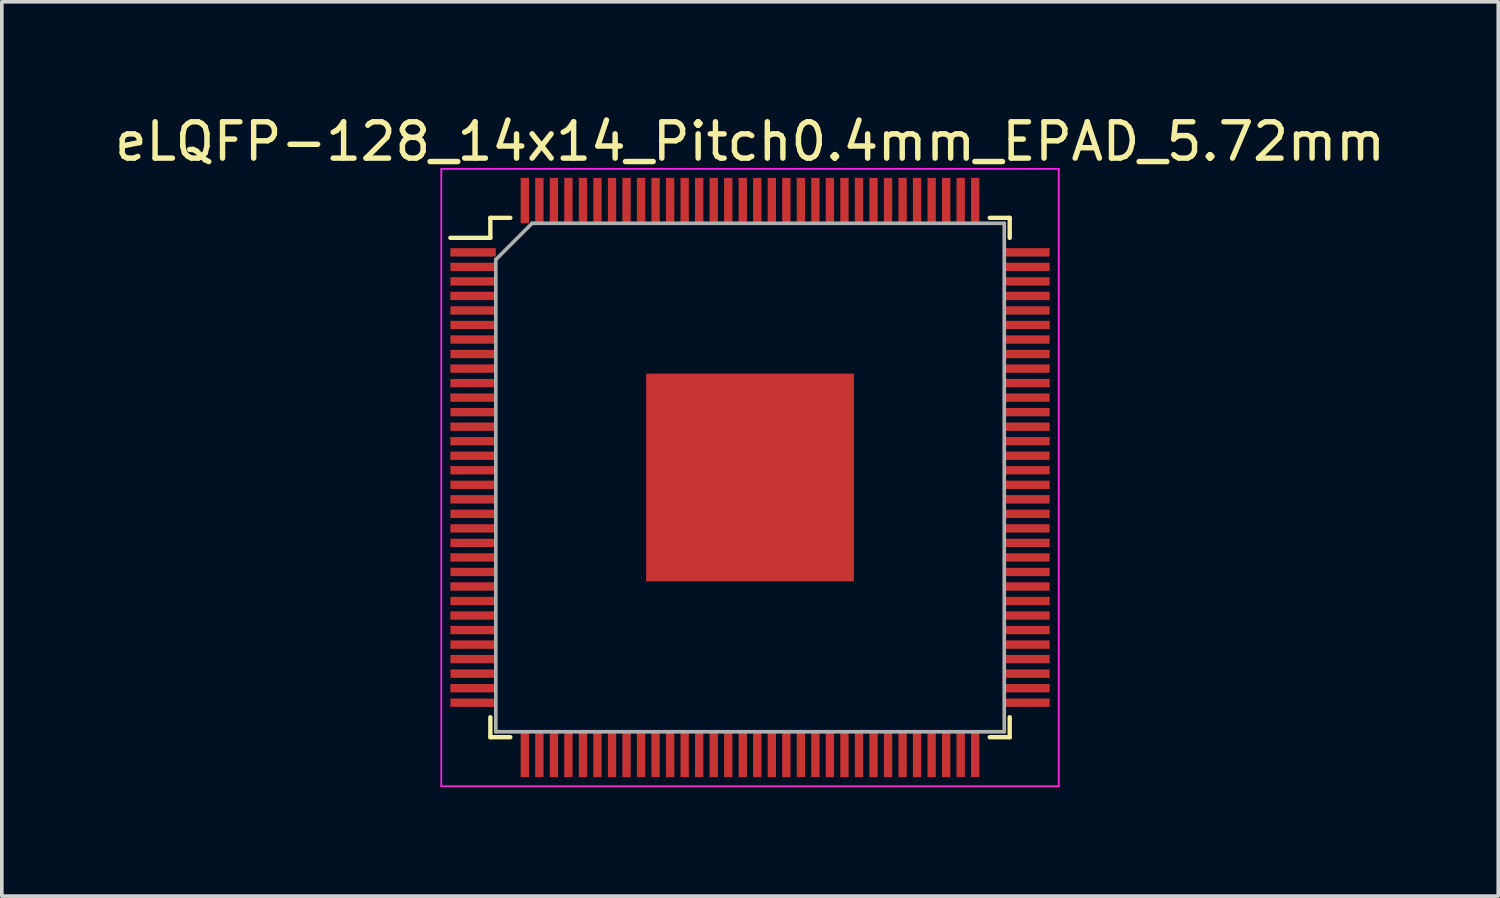
<source format=kicad_pcb>
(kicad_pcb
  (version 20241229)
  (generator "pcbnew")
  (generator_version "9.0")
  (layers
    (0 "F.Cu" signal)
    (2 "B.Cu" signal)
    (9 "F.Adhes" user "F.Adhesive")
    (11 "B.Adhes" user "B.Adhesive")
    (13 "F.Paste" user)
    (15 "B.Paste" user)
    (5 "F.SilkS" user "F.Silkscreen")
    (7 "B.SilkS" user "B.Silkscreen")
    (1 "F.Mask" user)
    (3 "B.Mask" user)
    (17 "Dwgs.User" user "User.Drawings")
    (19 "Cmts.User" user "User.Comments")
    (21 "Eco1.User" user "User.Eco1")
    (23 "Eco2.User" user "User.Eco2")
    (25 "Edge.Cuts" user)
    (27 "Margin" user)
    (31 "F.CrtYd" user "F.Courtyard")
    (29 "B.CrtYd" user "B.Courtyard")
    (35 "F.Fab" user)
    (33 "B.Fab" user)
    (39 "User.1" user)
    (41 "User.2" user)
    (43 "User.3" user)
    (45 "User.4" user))
  (footprint "eLQFP-128_14x14_Pitch0.4mm_EPAD_5.72mm"
    (layer "F.Cu")
    (at 17.601 10.098)
    (property "Reference" "eLQFP-128_14x14_Pitch0.4mm_EPAD_5.72mm" (at 0 -9.25 0) (layer "F.SilkS") (effects (font (size 1 1) (thickness 0.15))))
    (attr smd)
    (fp_line (start -7.15 -7.15) (end -7.15 -6.6) (stroke (width 0.12) (type solid)) (layer "F.SilkS"))
    (fp_line (start -7.15 -6.6) (end -8.25 -6.6) (stroke (width 0.12) (type solid)) (layer "F.SilkS"))
    (fp_line (start -7.15 7.15) (end -7.15 6.6) (stroke (width 0.12) (type solid)) (layer "F.SilkS"))
    (fp_line (start -6.6 -7.15) (end -7.15 -7.15) (stroke (width 0.12) (type solid)) (layer "F.SilkS"))
    (fp_line (start -6.6 7.15) (end -7.15 7.15) (stroke (width 0.12) (type solid)) (layer "F.SilkS"))
    (fp_line (start 6.6 -7.15) (end 7.15 -7.15) (stroke (width 0.12) (type solid)) (layer "F.SilkS"))
    (fp_line (start 6.6 7.15) (end 7.15 7.15) (stroke (width 0.12) (type solid)) (layer "F.SilkS"))
    (fp_line (start 7.15 -7.15) (end 7.15 -6.6) (stroke (width 0.12) (type solid)) (layer "F.SilkS"))
    (fp_line (start 7.15 7.15) (end 7.15 6.6) (stroke (width 0.12) (type solid)) (layer "F.SilkS"))
    (fp_line (start -8.5 -8.5) (end 8.5 -8.5) (stroke (width 0.05) (type solid)) (layer "F.CrtYd"))
    (fp_line (start -8.5 8.5) (end -8.5 -8.5) (stroke (width 0.05) (type solid)) (layer "F.CrtYd"))
    (fp_line (start 8.5 -8.5) (end 8.5 8.5) (stroke (width 0.05) (type solid)) (layer "F.CrtYd"))
    (fp_line (start 8.5 8.5) (end -8.5 8.5) (stroke (width 0.05) (type solid)) (layer "F.CrtYd"))
    (fp_line (start -7 -6) (end -7 7) (stroke (width 0.1) (type solid)) (layer "F.Fab"))
    (fp_line (start -7 7) (end 7 7) (stroke (width 0.1) (type solid)) (layer "F.Fab"))
    (fp_line (start -6 -7) (end -7 -6) (stroke (width 0.1) (type solid)) (layer "F.Fab"))
    (fp_line (start 7 -7) (end -6 -7) (stroke (width 0.1) (type solid)) (layer "F.Fab"))
    (fp_line (start 7 7) (end 7 -7) (stroke (width 0.1) (type solid)) (layer "F.Fab"))
    (pad "1" smd rect (at -7.625 -6.2 90) (size 0.23 1.25) (layers "F.Cu" "F.Mask" "F.Paste"))
    (pad "2" smd rect (at -7.625 -5.8 90) (size 0.23 1.25) (layers "F.Cu" "F.Mask" "F.Paste"))
    (pad "3" smd rect (at -7.625 -5.4 90) (size 0.23 1.25) (layers "F.Cu" "F.Mask" "F.Paste"))
    (pad "4" smd rect (at -7.625 -5 90) (size 0.23 1.25) (layers "F.Cu" "F.Mask" "F.Paste"))
    (pad "5" smd rect (at -7.625 -4.6 90) (size 0.23 1.25) (layers "F.Cu" "F.Mask" "F.Paste"))
    (pad "6" smd rect (at -7.625 -4.2 90) (size 0.23 1.25) (layers "F.Cu" "F.Mask" "F.Paste"))
    (pad "7" smd rect (at -7.625 -3.8 90) (size 0.23 1.25) (layers "F.Cu" "F.Mask" "F.Paste"))
    (pad "8" smd rect (at -7.625 -3.4 90) (size 0.23 1.25) (layers "F.Cu" "F.Mask" "F.Paste"))
    (pad "9" smd rect (at -7.625 -3 90) (size 0.23 1.25) (layers "F.Cu" "F.Mask" "F.Paste"))
    (pad "10" smd rect (at -7.625 -2.6 90) (size 0.23 1.25) (layers "F.Cu" "F.Mask" "F.Paste"))
    (pad "11" smd rect (at -7.625 -2.2 90) (size 0.23 1.25) (layers "F.Cu" "F.Mask" "F.Paste"))
    (pad "12" smd rect (at -7.625 -1.8 90) (size 0.23 1.25) (layers "F.Cu" "F.Mask" "F.Paste"))
    (pad "13" smd rect (at -7.625 -1.4 90) (size 0.23 1.25) (layers "F.Cu" "F.Mask" "F.Paste"))
    (pad "14" smd rect (at -7.625 -1 90) (size 0.23 1.25) (layers "F.Cu" "F.Mask" "F.Paste"))
    (pad "15" smd rect (at -7.625 -0.6 90) (size 0.23 1.25) (layers "F.Cu" "F.Mask" "F.Paste"))
    (pad "16" smd rect (at -7.625 -0.2 90) (size 0.23 1.25) (layers "F.Cu" "F.Mask" "F.Paste"))
    (pad "17" smd rect (at -7.625 0.2 90) (size 0.23 1.25) (layers "F.Cu" "F.Mask" "F.Paste"))
    (pad "18" smd rect (at -7.625 0.6 90) (size 0.23 1.25) (layers "F.Cu" "F.Mask" "F.Paste"))
    (pad "19" smd rect (at -7.625 1 90) (size 0.23 1.25) (layers "F.Cu" "F.Mask" "F.Paste"))
    (pad "20" smd rect (at -7.625 1.4 90) (size 0.23 1.25) (layers "F.Cu" "F.Mask" "F.Paste"))
    (pad "21" smd rect (at -7.625 1.8 90) (size 0.23 1.25) (layers "F.Cu" "F.Mask" "F.Paste"))
    (pad "22" smd rect (at -7.625 2.2 90) (size 0.23 1.25) (layers "F.Cu" "F.Mask" "F.Paste"))
    (pad "23" smd rect (at -7.625 2.6 90) (size 0.23 1.25) (layers "F.Cu" "F.Mask" "F.Paste"))
    (pad "24" smd rect (at -7.625 3 90) (size 0.23 1.25) (layers "F.Cu" "F.Mask" "F.Paste"))
    (pad "25" smd rect (at -7.625 3.4 90) (size 0.23 1.25) (layers "F.Cu" "F.Mask" "F.Paste"))
    (pad "26" smd rect (at -7.625 3.8 90) (size 0.23 1.25) (layers "F.Cu" "F.Mask" "F.Paste"))
    (pad "27" smd rect (at -7.625 4.2 90) (size 0.23 1.25) (layers "F.Cu" "F.Mask" "F.Paste"))
    (pad "28" smd rect (at -7.625 4.6 90) (size 0.23 1.25) (layers "F.Cu" "F.Mask" "F.Paste"))
    (pad "29" smd rect (at -7.625 5 90) (size 0.23 1.25) (layers "F.Cu" "F.Mask" "F.Paste"))
    (pad "30" smd rect (at -7.625 5.4 90) (size 0.23 1.25) (layers "F.Cu" "F.Mask" "F.Paste"))
    (pad "31" smd rect (at -7.625 5.8 90) (size 0.23 1.25) (layers "F.Cu" "F.Mask" "F.Paste"))
    (pad "32" smd rect (at -7.625 6.2 90) (size 0.23 1.25) (layers "F.Cu" "F.Mask" "F.Paste"))
    (pad "33" smd rect (at -6.2 7.625) (size 0.23 1.25) (layers "F.Cu" "F.Mask" "F.Paste"))
    (pad "34" smd rect (at -5.8 7.625) (size 0.23 1.25) (layers "F.Cu" "F.Mask" "F.Paste"))
    (pad "35" smd rect (at -5.4 7.625) (size 0.23 1.25) (layers "F.Cu" "F.Mask" "F.Paste"))
    (pad "36" smd rect (at -5 7.625) (size 0.23 1.25) (layers "F.Cu" "F.Mask" "F.Paste"))
    (pad "37" smd rect (at -4.6 7.625) (size 0.23 1.25) (layers "F.Cu" "F.Mask" "F.Paste"))
    (pad "38" smd rect (at -4.2 7.625) (size 0.23 1.25) (layers "F.Cu" "F.Mask" "F.Paste"))
    (pad "39" smd rect (at -3.8 7.625) (size 0.23 1.25) (layers "F.Cu" "F.Mask" "F.Paste"))
    (pad "40" smd rect (at -3.4 7.625) (size 0.23 1.25) (layers "F.Cu" "F.Mask" "F.Paste"))
    (pad "41" smd rect (at -3 7.625) (size 0.23 1.25) (layers "F.Cu" "F.Mask" "F.Paste"))
    (pad "42" smd rect (at -2.6 7.625) (size 0.23 1.25) (layers "F.Cu" "F.Mask" "F.Paste"))
    (pad "43" smd rect (at -2.2 7.625) (size 0.23 1.25) (layers "F.Cu" "F.Mask" "F.Paste"))
    (pad "44" smd rect (at -1.8 7.625) (size 0.23 1.25) (layers "F.Cu" "F.Mask" "F.Paste"))
    (pad "45" smd rect (at -1.4 7.625) (size 0.23 1.25) (layers "F.Cu" "F.Mask" "F.Paste"))
    (pad "46" smd rect (at -1 7.625) (size 0.23 1.25) (layers "F.Cu" "F.Mask" "F.Paste"))
    (pad "47" smd rect (at -0.6 7.625) (size 0.23 1.25) (layers "F.Cu" "F.Mask" "F.Paste"))
    (pad "48" smd rect (at -0.2 7.625) (size 0.23 1.25) (layers "F.Cu" "F.Mask" "F.Paste"))
    (pad "49" smd rect (at 0.2 7.625) (size 0.23 1.25) (layers "F.Cu" "F.Mask" "F.Paste"))
    (pad "50" smd rect (at 0.6 7.625) (size 0.23 1.25) (layers "F.Cu" "F.Mask" "F.Paste"))
    (pad "51" smd rect (at 1 7.625) (size 0.23 1.25) (layers "F.Cu" "F.Mask" "F.Paste"))
    (pad "52" smd rect (at 1.4 7.625) (size 0.23 1.25) (layers "F.Cu" "F.Mask" "F.Paste"))
    (pad "53" smd rect (at 1.8 7.625) (size 0.23 1.25) (layers "F.Cu" "F.Mask" "F.Paste"))
    (pad "54" smd rect (at 2.2 7.625) (size 0.23 1.25) (layers "F.Cu" "F.Mask" "F.Paste"))
    (pad "55" smd rect (at 2.6 7.625) (size 0.23 1.25) (layers "F.Cu" "F.Mask" "F.Paste"))
    (pad "56" smd rect (at 3 7.625) (size 0.23 1.25) (layers "F.Cu" "F.Mask" "F.Paste"))
    (pad "57" smd rect (at 3.4 7.625) (size 0.23 1.25) (layers "F.Cu" "F.Mask" "F.Paste"))
    (pad "58" smd rect (at 3.8 7.625) (size 0.23 1.25) (layers "F.Cu" "F.Mask" "F.Paste"))
    (pad "59" smd rect (at 4.2 7.625) (size 0.23 1.25) (layers "F.Cu" "F.Mask" "F.Paste"))
    (pad "60" smd rect (at 4.6 7.625) (size 0.23 1.25) (layers "F.Cu" "F.Mask" "F.Paste"))
    (pad "61" smd rect (at 5 7.625) (size 0.23 1.25) (layers "F.Cu" "F.Mask" "F.Paste"))
    (pad "62" smd rect (at 5.4 7.625) (size 0.23 1.25) (layers "F.Cu" "F.Mask" "F.Paste"))
    (pad "63" smd rect (at 5.8 7.625) (size 0.23 1.25) (layers "F.Cu" "F.Mask" "F.Paste"))
    (pad "64" smd rect (at 6.2 7.625) (size 0.23 1.25) (layers "F.Cu" "F.Mask" "F.Paste"))
    (pad "65" smd rect (at 7.625 6.2 90) (size 0.23 1.25) (layers "F.Cu" "F.Mask" "F.Paste"))
    (pad "66" smd rect (at 7.625 5.8 90) (size 0.23 1.25) (layers "F.Cu" "F.Mask" "F.Paste"))
    (pad "67" smd rect (at 7.625 5.4 90) (size 0.23 1.25) (layers "F.Cu" "F.Mask" "F.Paste"))
    (pad "68" smd rect (at 7.625 5 90) (size 0.23 1.25) (layers "F.Cu" "F.Mask" "F.Paste"))
    (pad "69" smd rect (at 7.625 4.6 90) (size 0.23 1.25) (layers "F.Cu" "F.Mask" "F.Paste"))
    (pad "70" smd rect (at 7.625 4.2 90) (size 0.23 1.25) (layers "F.Cu" "F.Mask" "F.Paste"))
    (pad "71" smd rect (at 7.625 3.8 90) (size 0.23 1.25) (layers "F.Cu" "F.Mask" "F.Paste"))
    (pad "72" smd rect (at 7.625 3.4 90) (size 0.23 1.25) (layers "F.Cu" "F.Mask" "F.Paste"))
    (pad "73" smd rect (at 7.625 3 90) (size 0.23 1.25) (layers "F.Cu" "F.Mask" "F.Paste"))
    (pad "74" smd rect (at 7.625 2.6 90) (size 0.23 1.25) (layers "F.Cu" "F.Mask" "F.Paste"))
    (pad "75" smd rect (at 7.625 2.2 90) (size 0.23 1.25) (layers "F.Cu" "F.Mask" "F.Paste"))
    (pad "76" smd rect (at 7.625 1.8 90) (size 0.23 1.25) (layers "F.Cu" "F.Mask" "F.Paste"))
    (pad "77" smd rect (at 7.625 1.4 90) (size 0.23 1.25) (layers "F.Cu" "F.Mask" "F.Paste"))
    (pad "78" smd rect (at 7.625 1 90) (size 0.23 1.25) (layers "F.Cu" "F.Mask" "F.Paste"))
    (pad "79" smd rect (at 7.625 0.6 90) (size 0.23 1.25) (layers "F.Cu" "F.Mask" "F.Paste"))
    (pad "80" smd rect (at 7.625 0.2 90) (size 0.23 1.25) (layers "F.Cu" "F.Mask" "F.Paste"))
    (pad "81" smd rect (at 7.625 -0.2 90) (size 0.23 1.25) (layers "F.Cu" "F.Mask" "F.Paste"))
    (pad "82" smd rect (at 7.625 -0.6 90) (size 0.23 1.25) (layers "F.Cu" "F.Mask" "F.Paste"))
    (pad "83" smd rect (at 7.625 -1 90) (size 0.23 1.25) (layers "F.Cu" "F.Mask" "F.Paste"))
    (pad "84" smd rect (at 7.625 -1.4 90) (size 0.23 1.25) (layers "F.Cu" "F.Mask" "F.Paste"))
    (pad "85" smd rect (at 7.625 -1.8 90) (size 0.23 1.25) (layers "F.Cu" "F.Mask" "F.Paste"))
    (pad "86" smd rect (at 7.625 -2.2 90) (size 0.23 1.25) (layers "F.Cu" "F.Mask" "F.Paste"))
    (pad "87" smd rect (at 7.625 -2.6 90) (size 0.23 1.25) (layers "F.Cu" "F.Mask" "F.Paste"))
    (pad "88" smd rect (at 7.625 -3 90) (size 0.23 1.25) (layers "F.Cu" "F.Mask" "F.Paste"))
    (pad "89" smd rect (at 7.625 -3.4 90) (size 0.23 1.25) (layers "F.Cu" "F.Mask" "F.Paste"))
    (pad "90" smd rect (at 7.625 -3.8 90) (size 0.23 1.25) (layers "F.Cu" "F.Mask" "F.Paste"))
    (pad "91" smd rect (at 7.625 -4.2 90) (size 0.23 1.25) (layers "F.Cu" "F.Mask" "F.Paste"))
    (pad "92" smd rect (at 7.625 -4.6 90) (size 0.23 1.25) (layers "F.Cu" "F.Mask" "F.Paste"))
    (pad "93" smd rect (at 7.625 -5 90) (size 0.23 1.25) (layers "F.Cu" "F.Mask" "F.Paste"))
    (pad "94" smd rect (at 7.625 -5.4 90) (size 0.23 1.25) (layers "F.Cu" "F.Mask" "F.Paste"))
    (pad "95" smd rect (at 7.625 -5.8 90) (size 0.23 1.25) (layers "F.Cu" "F.Mask" "F.Paste"))
    (pad "96" smd rect (at 7.625 -6.2 90) (size 0.23 1.25) (layers "F.Cu" "F.Mask" "F.Paste"))
    (pad "97" smd rect (at 6.2 -7.625) (size 0.23 1.25) (layers "F.Cu" "F.Mask" "F.Paste"))
    (pad "98" smd rect (at 5.8 -7.625) (size 0.23 1.25) (layers "F.Cu" "F.Mask" "F.Paste"))
    (pad "99" smd rect (at 5.4 -7.625) (size 0.23 1.25) (layers "F.Cu" "F.Mask" "F.Paste"))
    (pad "100" smd rect (at 5 -7.625) (size 0.23 1.25) (layers "F.Cu" "F.Mask" "F.Paste"))
    (pad "101" smd rect (at 4.6 -7.625) (size 0.23 1.25) (layers "F.Cu" "F.Mask" "F.Paste"))
    (pad "102" smd rect (at 4.2 -7.625) (size 0.23 1.25) (layers "F.Cu" "F.Mask" "F.Paste"))
    (pad "103" smd rect (at 3.8 -7.625) (size 0.23 1.25) (layers "F.Cu" "F.Mask" "F.Paste"))
    (pad "104" smd rect (at 3.4 -7.625) (size 0.23 1.25) (layers "F.Cu" "F.Mask" "F.Paste"))
    (pad "105" smd rect (at 3 -7.625) (size 0.23 1.25) (layers "F.Cu" "F.Mask" "F.Paste"))
    (pad "106" smd rect (at 2.6 -7.625) (size 0.23 1.25) (layers "F.Cu" "F.Mask" "F.Paste"))
    (pad "107" smd rect (at 2.2 -7.625) (size 0.23 1.25) (layers "F.Cu" "F.Mask" "F.Paste"))
    (pad "108" smd rect (at 1.8 -7.625) (size 0.23 1.25) (layers "F.Cu" "F.Mask" "F.Paste"))
    (pad "109" smd rect (at 1.4 -7.625) (size 0.23 1.25) (layers "F.Cu" "F.Mask" "F.Paste"))
    (pad "110" smd rect (at 1 -7.625) (size 0.23 1.25) (layers "F.Cu" "F.Mask" "F.Paste"))
    (pad "111" smd rect (at 0.6 -7.625) (size 0.23 1.25) (layers "F.Cu" "F.Mask" "F.Paste"))
    (pad "112" smd rect (at 0.2 -7.625) (size 0.23 1.25) (layers "F.Cu" "F.Mask" "F.Paste"))
    (pad "113" smd rect (at -0.2 -7.625) (size 0.23 1.25) (layers "F.Cu" "F.Mask" "F.Paste"))
    (pad "114" smd rect (at -0.6 -7.625) (size 0.23 1.25) (layers "F.Cu" "F.Mask" "F.Paste"))
    (pad "115" smd rect (at -1 -7.625) (size 0.23 1.25) (layers "F.Cu" "F.Mask" "F.Paste"))
    (pad "116" smd rect (at -1.4 -7.625) (size 0.23 1.25) (layers "F.Cu" "F.Mask" "F.Paste"))
    (pad "117" smd rect (at -1.8 -7.625) (size 0.23 1.25) (layers "F.Cu" "F.Mask" "F.Paste"))
    (pad "118" smd rect (at -2.2 -7.625) (size 0.23 1.25) (layers "F.Cu" "F.Mask" "F.Paste"))
    (pad "119" smd rect (at -2.6 -7.625) (size 0.23 1.25) (layers "F.Cu" "F.Mask" "F.Paste"))
    (pad "120" smd rect (at -3 -7.625) (size 0.23 1.25) (layers "F.Cu" "F.Mask" "F.Paste"))
    (pad "121" smd rect (at -3.4 -7.625) (size 0.23 1.25) (layers "F.Cu" "F.Mask" "F.Paste"))
    (pad "122" smd rect (at -3.8 -7.625) (size 0.23 1.25) (layers "F.Cu" "F.Mask" "F.Paste"))
    (pad "123" smd rect (at -4.2 -7.625) (size 0.23 1.25) (layers "F.Cu" "F.Mask" "F.Paste"))
    (pad "124" smd rect (at -4.6 -7.625) (size 0.23 1.25) (layers "F.Cu" "F.Mask" "F.Paste"))
    (pad "125" smd rect (at -5 -7.625) (size 0.23 1.25) (layers "F.Cu" "F.Mask" "F.Paste"))
    (pad "126" smd rect (at -5.4 -7.625) (size 0.23 1.25) (layers "F.Cu" "F.Mask" "F.Paste"))
    (pad "127" smd rect (at -5.8 -7.625) (size 0.23 1.25) (layers "F.Cu" "F.Mask" "F.Paste"))
    (pad "128" smd rect (at -6.2 -7.625) (size 0.23 1.25) (layers "F.Cu" "F.Mask" "F.Paste"))
    (pad "EPAD" smd rect (at 0 0) (size 5.72 5.72) (layers "F.Cu" "F.Mask" "F.Paste")))
  (gr_rect
    (start -3 -3)
    (end 38.202 21.623)
    (stroke (width 0.1) (type default))
    (fill no)
    (layer "Edge.Cuts")))
</source>
